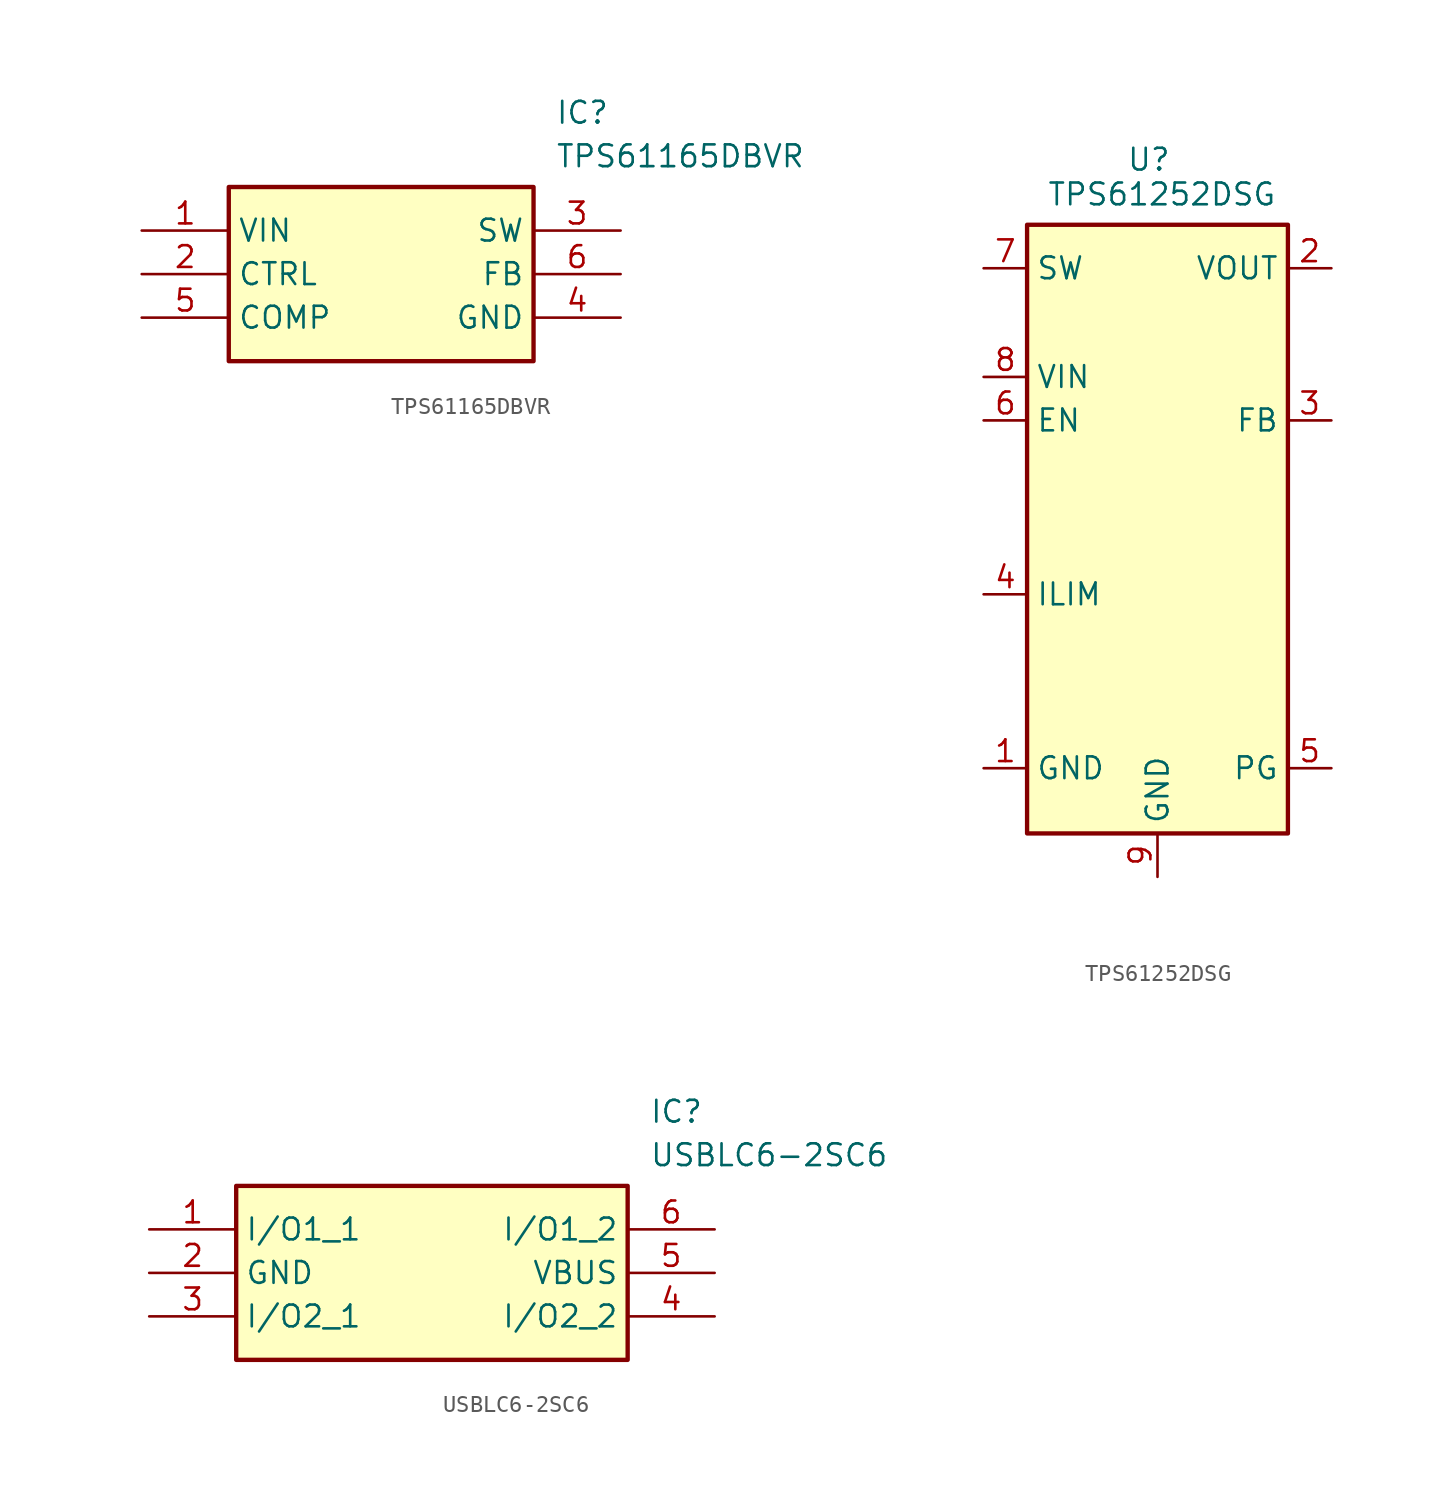
<source format=kicad_sym>
(kicad_symbol_lib
  (version 20241209)
  (generator "kicad_symbol_editor")
  (generator_version "9.0")
  (symbol "TPS61165DBVR"
    (property "Reference" "IC"
      (at 24.13 7.62 0)
      (effects (font (size 1.27 1.27)) (justify left top)))
    (property "Value" "TPS61165DBVR"
      (at 24.13 5.08 0)
      (effects (font (size 1.27 1.27)) (justify left top)))
    (symbol "TPS61165DBVR_1_1"
      (rectangle (start 5.08 2.54) (end 22.86 -7.62) (stroke (width 0.254) (type default)) (fill (type background)))
      (pin passive line (at 0 0 0) (length 5.08) (name "VIN" (effects (font (size 1.27 1.27)))) (number "1" (effects (font (size 1.27 1.27)))))
      (pin passive line (at 0 -2.54 0) (length 5.08) (name "CTRL" (effects (font (size 1.27 1.27)))) (number "2" (effects (font (size 1.27 1.27)))))
      (pin passive line (at 0 -5.08 0) (length 5.08) (name "COMP" (effects (font (size 1.27 1.27)))) (number "5" (effects (font (size 1.27 1.27)))))
      (pin passive line (at 27.94 0 180) (length 5.08) (name "SW" (effects (font (size 1.27 1.27)))) (number "3" (effects (font (size 1.27 1.27)))))
      (pin passive line (at 27.94 -2.54 180) (length 5.08) (name "FB" (effects (font (size 1.27 1.27)))) (number "6" (effects (font (size 1.27 1.27)))))
      (pin passive line (at 27.94 -5.08 180) (length 5.08) (name "GND" (effects (font (size 1.27 1.27)))) (number "4" (effects (font (size 1.27 1.27)))))))
  (symbol "TPS61252DSG"
    (property "Reference" "U"
      (at -0.508 11.43 0)
      (effects (font (size 1.27 1.27))))
    (property "Value" "TPS61252DSG"
      (at 0.254 9.398 0)
      (effects (font (size 1.27 1.27))))
    (symbol "TPS61252DSG_1_1"
      (rectangle (start -7.62 7.62) (end 7.62 -27.94) (stroke (width 0.254) (type default)) (fill (type background)))
      (pin passive line (at -10.16 5.08 0) (length 2.54) (name "SW" (effects (font (size 1.27 1.27)))) (number "7" (effects (font (size 1.27 1.27)))))
      (pin power_in line (at -10.16 -1.27 0) (length 2.54) (name "VIN" (effects (font (size 1.27 1.27)))) (number "8" (effects (font (size 1.27 1.27)))))
      (pin input line (at -10.16 -3.81 0) (length 2.54) (name "EN" (effects (font (size 1.27 1.27)))) (number "6" (effects (font (size 1.27 1.27)))))
      (pin input line (at -10.16 -13.97 0) (length 2.54) (name "ILIM" (effects (font (size 1.27 1.27)))) (number "4" (effects (font (size 1.27 1.27)))))
      (pin power_in line (at -10.16 -24.13 0) (length 2.54) (name "GND" (effects (font (size 1.27 1.27)))) (number "1" (effects (font (size 1.27 1.27)))))
      (pin passive line (at 0 -30.48 90) (length 2.54) (name "GND" (effects (font (size 1.27 1.27)))) (number "9" (effects (font (size 1.27 1.27)))))
      (pin power_out line (at 10.16 5.08 180) (length 2.54) (name "VOUT" (effects (font (size 1.27 1.27)))) (number "2" (effects (font (size 1.27 1.27)))))
      (pin input line (at 10.16 -3.81 180) (length 2.54) (name "FB" (effects (font (size 1.27 1.27)))) (number "3" (effects (font (size 1.27 1.27)))))
      (pin open_collector line (at 10.16 -24.13 180) (length 2.54) (name "PG" (effects (font (size 1.27 1.27)))) (number "5" (effects (font (size 1.27 1.27)))))))
  (symbol "USBLC6-2SC6"
    (property "Reference" "IC"
      (at 29.21 7.62 0)
      (effects (font (size 1.27 1.27)) (justify left top)))
    (property "Value" "USBLC6-2SC6"
      (at 29.21 5.08 0)
      (effects (font (size 1.27 1.27)) (justify left top)))
    (symbol "USBLC6-2SC6_1_1"
      (rectangle (start 5.08 2.54) (end 27.94 -7.62) (stroke (width 0.254) (type default)) (fill (type background)))
      (pin passive line (at 0 0 0) (length 5.08) (name "I/O1_1" (effects (font (size 1.27 1.27)))) (number "1" (effects (font (size 1.27 1.27)))))
      (pin passive line (at 0 -2.54 0) (length 5.08) (name "GND" (effects (font (size 1.27 1.27)))) (number "2" (effects (font (size 1.27 1.27)))))
      (pin passive line (at 0 -5.08 0) (length 5.08) (name "I/O2_1" (effects (font (size 1.27 1.27)))) (number "3" (effects (font (size 1.27 1.27)))))
      (pin passive line (at 33.02 0 180) (length 5.08) (name "I/O1_2" (effects (font (size 1.27 1.27)))) (number "6" (effects (font (size 1.27 1.27)))))
      (pin passive line (at 33.02 -2.54 180) (length 5.08) (name "VBUS" (effects (font (size 1.27 1.27)))) (number "5" (effects (font (size 1.27 1.27)))))
      (pin passive line (at 33.02 -5.08 180) (length 5.08) (name "I/O2_2" (effects (font (size 1.27 1.27)))) (number "4" (effects (font (size 1.27 1.27))))))))
</source>
